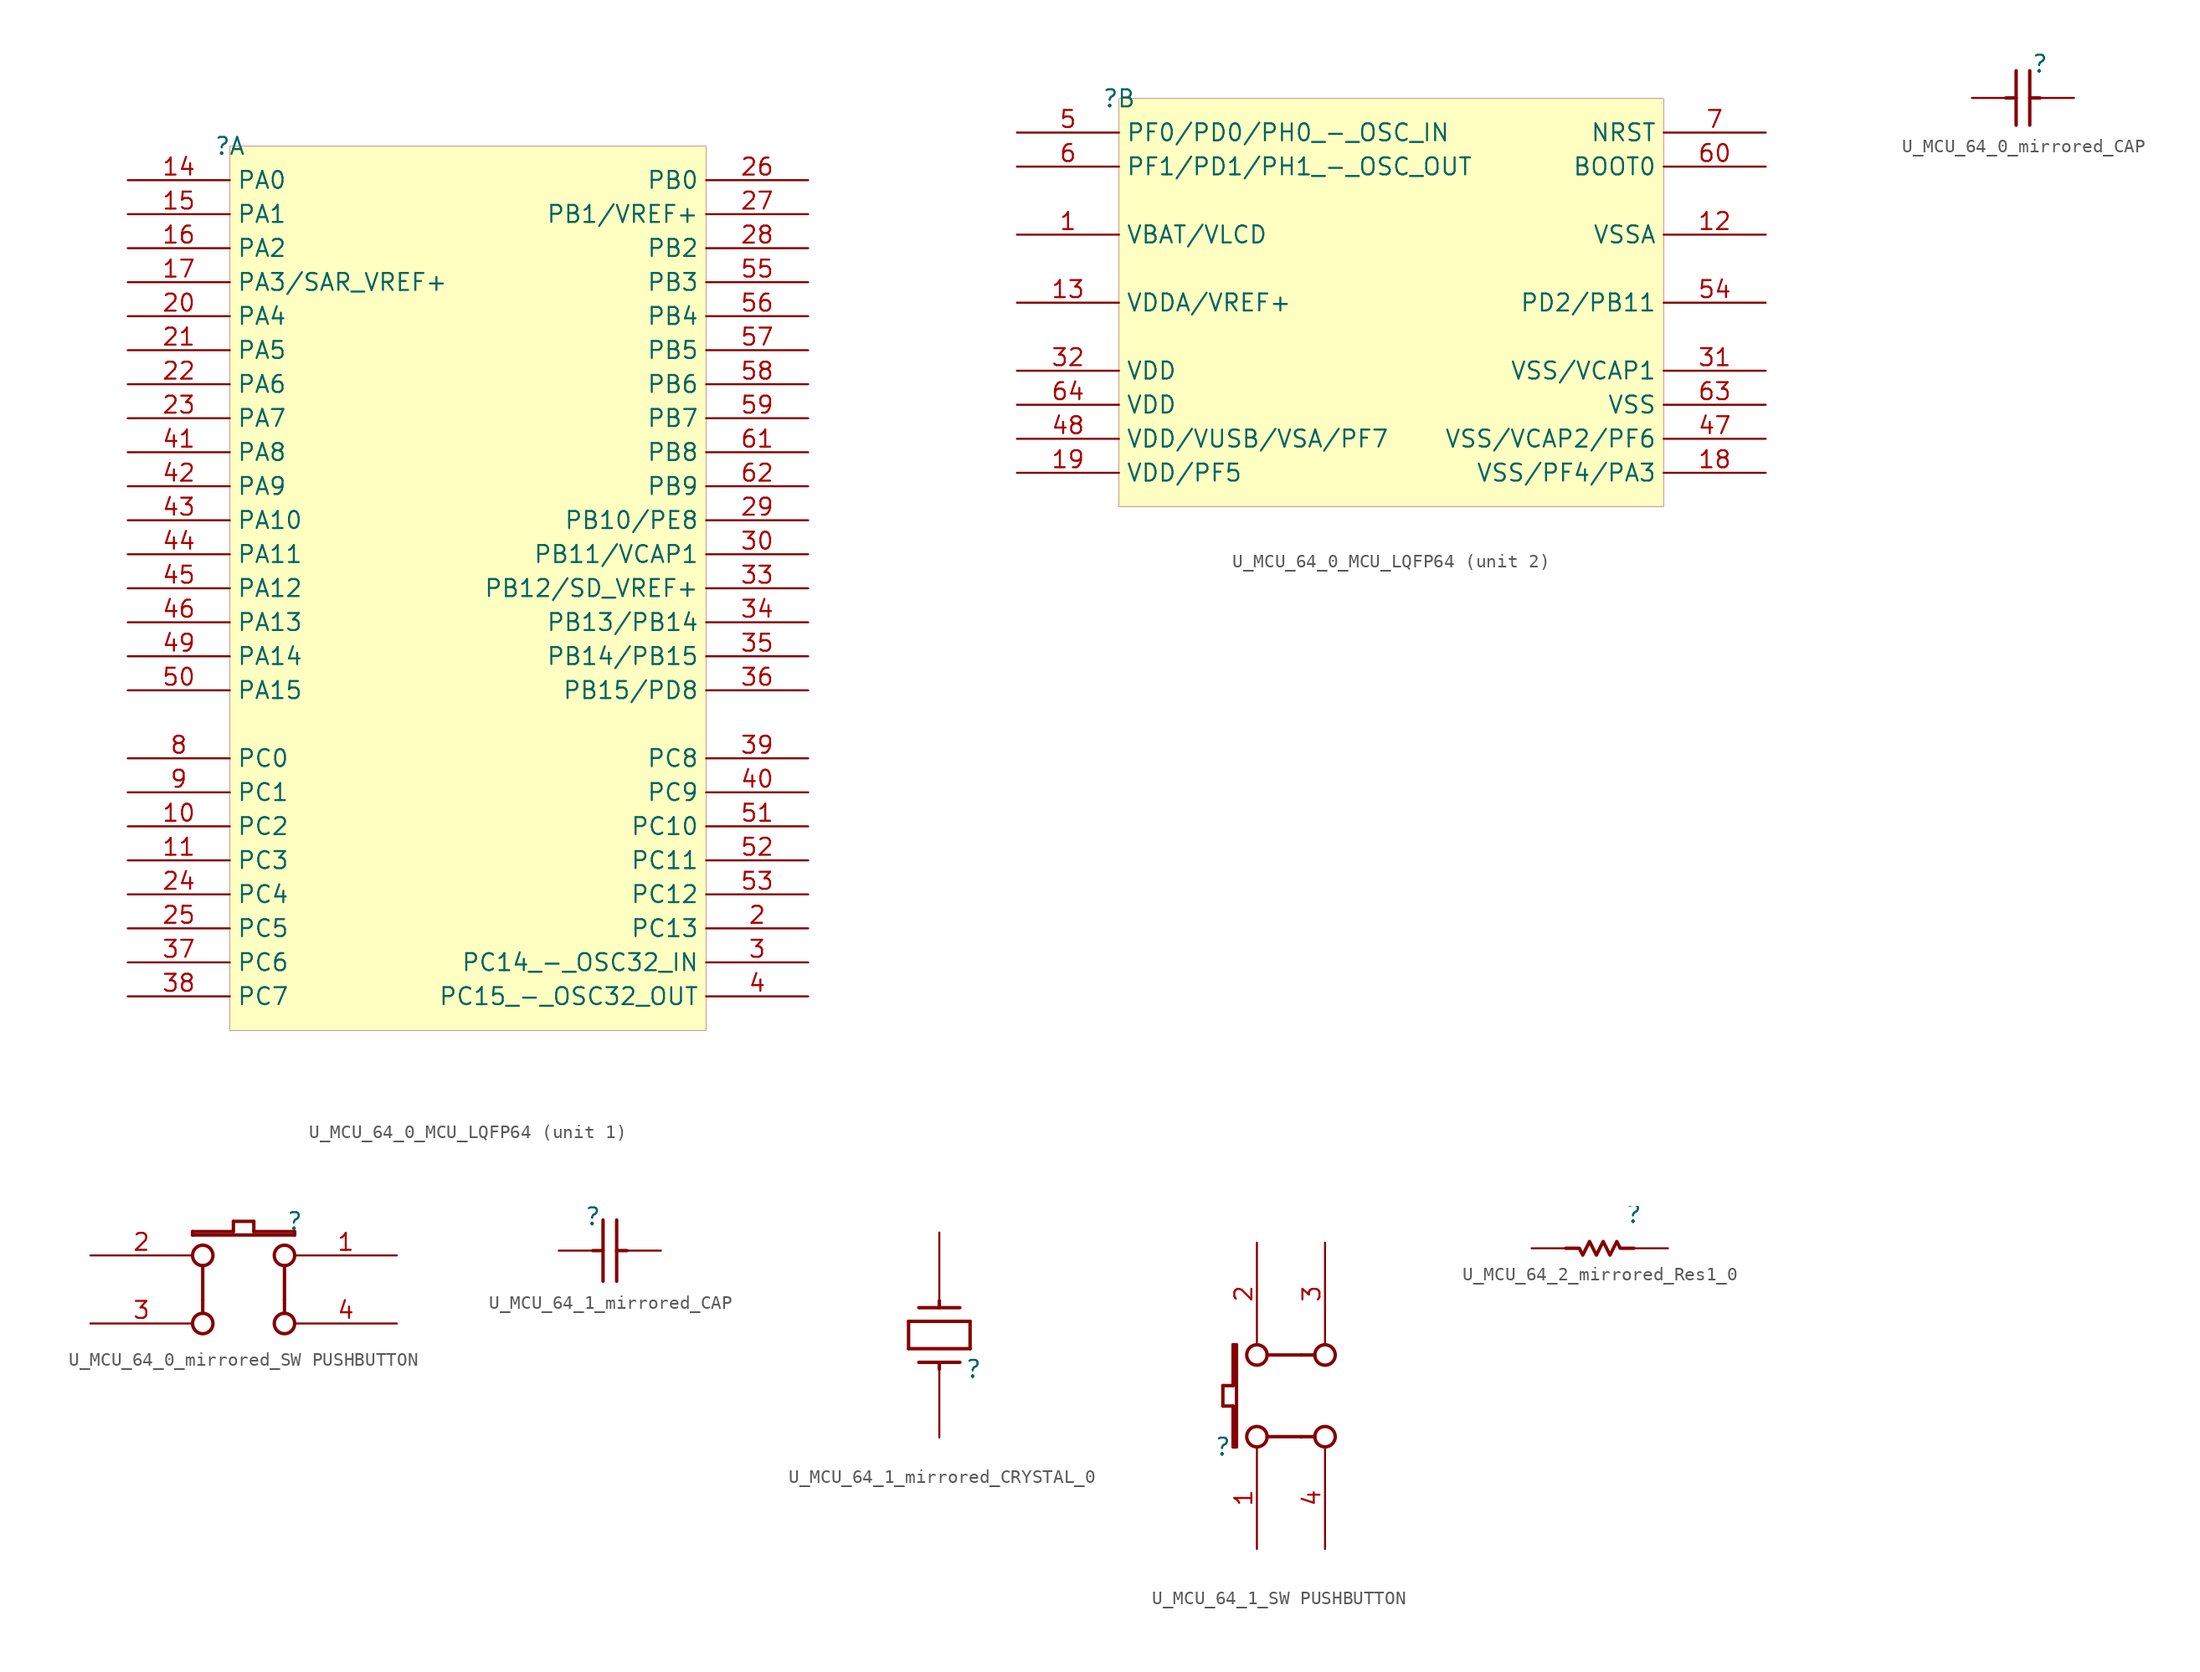
<source format=kicad_sym>
(kicad_symbol_lib
  (version 20231120)
  (generator "kicad_symbol_editor")
  (generator_version "8.0")
  (symbol "U_MCU_64_0_MCU_LQFP64"
    (property "Reference" ""
      (at 0 0 0)
      (effects (font (size 1.27 1.27))))
    (property "Value" ""
      (at 0 0 0)
      (effects (font (size 1.27 1.27))))
    (symbol "U_MCU_64_0_MCU_LQFP64_1_0"
      (rectangle (start 35.56 0) (end 0 -66.04) (stroke (width 0.025) (type solid) (color 128 0 0 1)) (fill (type background)))
      (pin passive line (at -7.62 -50.8 0) (length 7.62) (name "PC2" (effects (font (size 1.27 1.27)))) (number "10" (effects (font (size 1.27 1.27)))))
      (pin passive line (at -7.62 -53.34 0) (length 7.62) (name "PC3" (effects (font (size 1.27 1.27)))) (number "11" (effects (font (size 1.27 1.27)))))
      (pin passive line (at -7.62 -2.54 0) (length 7.62) (name "PA0" (effects (font (size 1.27 1.27)))) (number "14" (effects (font (size 1.27 1.27)))))
      (pin passive line (at -7.62 -5.08 0) (length 7.62) (name "PA1" (effects (font (size 1.27 1.27)))) (number "15" (effects (font (size 1.27 1.27)))))
      (pin passive line (at -7.62 -7.62 0) (length 7.62) (name "PA2" (effects (font (size 1.27 1.27)))) (number "16" (effects (font (size 1.27 1.27)))))
      (pin passive line (at -7.62 -10.16 0) (length 7.62) (name "PA3/SAR_VREF+" (effects (font (size 1.27 1.27)))) (number "17" (effects (font (size 1.27 1.27)))))
      (pin passive line (at 43.18 -58.42 180) (length 7.62) (name "PC13" (effects (font (size 1.27 1.27)))) (number "2" (effects (font (size 1.27 1.27)))))
      (pin passive line (at -7.62 -12.7 0) (length 7.62) (name "PA4" (effects (font (size 1.27 1.27)))) (number "20" (effects (font (size 1.27 1.27)))))
      (pin passive line (at -7.62 -15.24 0) (length 7.62) (name "PA5" (effects (font (size 1.27 1.27)))) (number "21" (effects (font (size 1.27 1.27)))))
      (pin passive line (at -7.62 -17.78 0) (length 7.62) (name "PA6" (effects (font (size 1.27 1.27)))) (number "22" (effects (font (size 1.27 1.27)))))
      (pin passive line (at -7.62 -20.32 0) (length 7.62) (name "PA7" (effects (font (size 1.27 1.27)))) (number "23" (effects (font (size 1.27 1.27)))))
      (pin passive line (at -7.62 -55.88 0) (length 7.62) (name "PC4" (effects (font (size 1.27 1.27)))) (number "24" (effects (font (size 1.27 1.27)))))
      (pin passive line (at -7.62 -58.42 0) (length 7.62) (name "PC5" (effects (font (size 1.27 1.27)))) (number "25" (effects (font (size 1.27 1.27)))))
      (pin passive line (at 43.18 -2.54 180) (length 7.62) (name "PB0" (effects (font (size 1.27 1.27)))) (number "26" (effects (font (size 1.27 1.27)))))
      (pin passive line (at 43.18 -5.08 180) (length 7.62) (name "PB1/VREF+" (effects (font (size 1.27 1.27)))) (number "27" (effects (font (size 1.27 1.27)))))
      (pin passive line (at 43.18 -7.62 180) (length 7.62) (name "PB2" (effects (font (size 1.27 1.27)))) (number "28" (effects (font (size 1.27 1.27)))))
      (pin passive line (at 43.18 -27.94 180) (length 7.62) (name "PB10/PE8" (effects (font (size 1.27 1.27)))) (number "29" (effects (font (size 1.27 1.27)))))
      (pin passive line (at 43.18 -60.96 180) (length 7.62) (name "PC14_-_OSC32_IN" (effects (font (size 1.27 1.27)))) (number "3" (effects (font (size 1.27 1.27)))))
      (pin passive line (at 43.18 -30.48 180) (length 7.62) (name "PB11/VCAP1" (effects (font (size 1.27 1.27)))) (number "30" (effects (font (size 1.27 1.27)))))
      (pin passive line (at 43.18 -33.02 180) (length 7.62) (name "PB12/SD_VREF+" (effects (font (size 1.27 1.27)))) (number "33" (effects (font (size 1.27 1.27)))))
      (pin passive line (at 43.18 -35.56 180) (length 7.62) (name "PB13/PB14" (effects (font (size 1.27 1.27)))) (number "34" (effects (font (size 1.27 1.27)))))
      (pin passive line (at 43.18 -38.1 180) (length 7.62) (name "PB14/PB15" (effects (font (size 1.27 1.27)))) (number "35" (effects (font (size 1.27 1.27)))))
      (pin passive line (at 43.18 -40.64 180) (length 7.62) (name "PB15/PD8" (effects (font (size 1.27 1.27)))) (number "36" (effects (font (size 1.27 1.27)))))
      (pin passive line (at -7.62 -60.96 0) (length 7.62) (name "PC6" (effects (font (size 1.27 1.27)))) (number "37" (effects (font (size 1.27 1.27)))))
      (pin passive line (at -7.62 -63.5 0) (length 7.62) (name "PC7" (effects (font (size 1.27 1.27)))) (number "38" (effects (font (size 1.27 1.27)))))
      (pin passive line (at 43.18 -45.72 180) (length 7.62) (name "PC8" (effects (font (size 1.27 1.27)))) (number "39" (effects (font (size 1.27 1.27)))))
      (pin passive line (at 43.18 -63.5 180) (length 7.62) (name "PC15_-_OSC32_OUT" (effects (font (size 1.27 1.27)))) (number "4" (effects (font (size 1.27 1.27)))))
      (pin passive line (at 43.18 -48.26 180) (length 7.62) (name "PC9" (effects (font (size 1.27 1.27)))) (number "40" (effects (font (size 1.27 1.27)))))
      (pin passive line (at -7.62 -22.86 0) (length 7.62) (name "PA8" (effects (font (size 1.27 1.27)))) (number "41" (effects (font (size 1.27 1.27)))))
      (pin passive line (at -7.62 -25.4 0) (length 7.62) (name "PA9" (effects (font (size 1.27 1.27)))) (number "42" (effects (font (size 1.27 1.27)))))
      (pin passive line (at -7.62 -27.94 0) (length 7.62) (name "PA10" (effects (font (size 1.27 1.27)))) (number "43" (effects (font (size 1.27 1.27)))))
      (pin passive line (at -7.62 -30.48 0) (length 7.62) (name "PA11" (effects (font (size 1.27 1.27)))) (number "44" (effects (font (size 1.27 1.27)))))
      (pin passive line (at -7.62 -33.02 0) (length 7.62) (name "PA12" (effects (font (size 1.27 1.27)))) (number "45" (effects (font (size 1.27 1.27)))))
      (pin passive line (at -7.62 -35.56 0) (length 7.62) (name "PA13" (effects (font (size 1.27 1.27)))) (number "46" (effects (font (size 1.27 1.27)))))
      (pin passive line (at -7.62 -38.1 0) (length 7.62) (name "PA14" (effects (font (size 1.27 1.27)))) (number "49" (effects (font (size 1.27 1.27)))))
      (pin passive line (at -7.62 -40.64 0) (length 7.62) (name "PA15" (effects (font (size 1.27 1.27)))) (number "50" (effects (font (size 1.27 1.27)))))
      (pin passive line (at 43.18 -50.8 180) (length 7.62) (name "PC10" (effects (font (size 1.27 1.27)))) (number "51" (effects (font (size 1.27 1.27)))))
      (pin passive line (at 43.18 -53.34 180) (length 7.62) (name "PC11" (effects (font (size 1.27 1.27)))) (number "52" (effects (font (size 1.27 1.27)))))
      (pin passive line (at 43.18 -55.88 180) (length 7.62) (name "PC12" (effects (font (size 1.27 1.27)))) (number "53" (effects (font (size 1.27 1.27)))))
      (pin passive line (at 43.18 -10.16 180) (length 7.62) (name "PB3" (effects (font (size 1.27 1.27)))) (number "55" (effects (font (size 1.27 1.27)))))
      (pin passive line (at 43.18 -12.7 180) (length 7.62) (name "PB4" (effects (font (size 1.27 1.27)))) (number "56" (effects (font (size 1.27 1.27)))))
      (pin passive line (at 43.18 -15.24 180) (length 7.62) (name "PB5" (effects (font (size 1.27 1.27)))) (number "57" (effects (font (size 1.27 1.27)))))
      (pin passive line (at 43.18 -17.78 180) (length 7.62) (name "PB6" (effects (font (size 1.27 1.27)))) (number "58" (effects (font (size 1.27 1.27)))))
      (pin passive line (at 43.18 -20.32 180) (length 7.62) (name "PB7" (effects (font (size 1.27 1.27)))) (number "59" (effects (font (size 1.27 1.27)))))
      (pin passive line (at 43.18 -22.86 180) (length 7.62) (name "PB8" (effects (font (size 1.27 1.27)))) (number "61" (effects (font (size 1.27 1.27)))))
      (pin passive line (at 43.18 -25.4 180) (length 7.62) (name "PB9" (effects (font (size 1.27 1.27)))) (number "62" (effects (font (size 1.27 1.27)))))
      (pin passive line (at -7.62 -45.72 0) (length 7.62) (name "PC0" (effects (font (size 1.27 1.27)))) (number "8" (effects (font (size 1.27 1.27)))))
      (pin passive line (at -7.62 -48.26 0) (length 7.62) (name "PC1" (effects (font (size 1.27 1.27)))) (number "9" (effects (font (size 1.27 1.27))))))
    (symbol "U_MCU_64_0_MCU_LQFP64_2_0"
      (rectangle (start 40.64 0) (end 0 -30.48) (stroke (width 0.025) (type solid) (color 128 0 0 1)) (fill (type background)))
      (pin passive line (at -7.62 -10.16 0) (length 7.62) (name "VBAT/VLCD" (effects (font (size 1.27 1.27)))) (number "1" (effects (font (size 1.27 1.27)))))
      (pin passive line (at 48.26 -10.16 180) (length 7.62) (name "VSSA" (effects (font (size 1.27 1.27)))) (number "12" (effects (font (size 1.27 1.27)))))
      (pin passive line (at -7.62 -15.24 0) (length 7.62) (name "VDDA/VREF+" (effects (font (size 1.27 1.27)))) (number "13" (effects (font (size 1.27 1.27)))))
      (pin passive line (at 48.26 -27.94 180) (length 7.62) (name "VSS/PF4/PA3" (effects (font (size 1.27 1.27)))) (number "18" (effects (font (size 1.27 1.27)))))
      (pin passive line (at -7.62 -27.94 0) (length 7.62) (name "VDD/PF5" (effects (font (size 1.27 1.27)))) (number "19" (effects (font (size 1.27 1.27)))))
      (pin passive line (at 48.26 -20.32 180) (length 7.62) (name "VSS/VCAP1" (effects (font (size 1.27 1.27)))) (number "31" (effects (font (size 1.27 1.27)))))
      (pin passive line (at -7.62 -20.32 0) (length 7.62) (name "VDD" (effects (font (size 1.27 1.27)))) (number "32" (effects (font (size 1.27 1.27)))))
      (pin passive line (at 48.26 -25.4 180) (length 7.62) (name "VSS/VCAP2/PF6" (effects (font (size 1.27 1.27)))) (number "47" (effects (font (size 1.27 1.27)))))
      (pin passive line (at -7.62 -25.4 0) (length 7.62) (name "VDD/VUSB/VSA/PF7" (effects (font (size 1.27 1.27)))) (number "48" (effects (font (size 1.27 1.27)))))
      (pin passive line (at -7.62 -2.54 0) (length 7.62) (name "PF0/PD0/PH0_-_OSC_IN" (effects (font (size 1.27 1.27)))) (number "5" (effects (font (size 1.27 1.27)))))
      (pin passive line (at 48.26 -15.24 180) (length 7.62) (name "PD2/PB11" (effects (font (size 1.27 1.27)))) (number "54" (effects (font (size 1.27 1.27)))))
      (pin passive line (at -7.62 -5.08 0) (length 7.62) (name "PF1/PD1/PH1_-_OSC_OUT" (effects (font (size 1.27 1.27)))) (number "6" (effects (font (size 1.27 1.27)))))
      (pin passive line (at 48.26 -5.08 180) (length 7.62) (name "BOOT0" (effects (font (size 1.27 1.27)))) (number "60" (effects (font (size 1.27 1.27)))))
      (pin passive line (at 48.26 -22.86 180) (length 7.62) (name "VSS" (effects (font (size 1.27 1.27)))) (number "63" (effects (font (size 1.27 1.27)))))
      (pin passive line (at -7.62 -22.86 0) (length 7.62) (name "VDD" (effects (font (size 1.27 1.27)))) (number "64" (effects (font (size 1.27 1.27)))))
      (pin passive line (at 48.26 -2.54 180) (length 7.62) (name "NRST" (effects (font (size 1.27 1.27)))) (number "7" (effects (font (size 1.27 1.27)))))))
  (symbol "U_MCU_64_0_mirrored_CAP"
    (property "Reference" ""
      (at 0 0 0)
      (effects (font (size 1.27 1.27))))
    (property "Value" ""
      (at 0 0 0)
      (effects (font (size 1.27 1.27))))
    (symbol "U_MCU_64_0_mirrored_CAP_1_0"
      (polyline (pts (xy -2.54 -2.54) (xy -1.778 -2.54)) (stroke (width 0.254) (type solid)) (fill (type none)))
      (polyline (pts (xy -1.778 -0.508) (xy -1.778 -4.572)) (stroke (width 0.254) (type solid)) (fill (type none)))
      (polyline (pts (xy -0.762 -4.572) (xy -0.762 -0.508)) (stroke (width 0.254) (type solid)) (fill (type none)))
      (polyline (pts (xy 0 -2.54) (xy -0.762 -2.54)) (stroke (width 0.254) (type solid)) (fill (type none)))
      (pin passive line (at 2.54 -2.54 180) (length 2.54) (name "1" (effects (font (size 0 0)))) (number "1" (effects (font (size 0 0)))))
      (pin passive line (at -5.08 -2.54 0) (length 2.54) (name "2" (effects (font (size 0 0)))) (number "2" (effects (font (size 0 0)))))))
  (symbol "U_MCU_64_0_mirrored_SW PUSHBUTTON"
    (property "Reference" ""
      (at 0 0 0)
      (effects (font (size 1.27 1.27))))
    (property "Value" ""
      (at 0 0 0)
      (effects (font (size 1.27 1.27))))
    (symbol "U_MCU_64_0_mirrored_SW PUSHBUTTON_1_0"
      (circle (center -6.858 -7.62) (radius 0.762) (stroke (width 0.254) (type solid)) (fill (type none)))
      (circle (center -6.858 -2.54) (radius 0.762) (stroke (width 0.254) (type solid)) (fill (type none)))
      (circle (center -0.762 -7.62) (radius 0.762) (stroke (width 0.254) (type solid)) (fill (type none)))
      (circle (center -0.762 -2.54) (radius 0.762) (stroke (width 0.254) (type solid)) (fill (type none)))
      (polyline (pts (xy -7.62 -1.016) (xy -7.62 -0.762)) (stroke (width 0.254) (type solid)) (fill (type none)))
      (polyline (pts (xy -7.62 -0.762) (xy -4.572 -0.762)) (stroke (width 0.254) (type solid)) (fill (type none)))
      (polyline (pts (xy -6.858 -5.842) (xy -6.858 -6.858)) (stroke (width 0.254) (type solid)) (fill (type none)))
      (polyline (pts (xy -6.858 -3.302) (xy -6.858 -5.842)) (stroke (width 0.254) (type solid)) (fill (type none)))
      (polyline (pts (xy -4.572 -0.762) (xy -4.572 0)) (stroke (width 0.254) (type solid)) (fill (type none)))
      (polyline (pts (xy -4.572 0) (xy -3.048 0)) (stroke (width 0.254) (type solid)) (fill (type none)))
      (polyline (pts (xy -3.048 -0.762) (xy 0 -0.762)) (stroke (width 0.254) (type solid)) (fill (type none)))
      (polyline (pts (xy -3.048 0) (xy -3.048 -0.762)) (stroke (width 0.254) (type solid)) (fill (type none)))
      (polyline (pts (xy -0.762 -5.842) (xy -0.762 -6.858)) (stroke (width 0.254) (type solid)) (fill (type none)))
      (polyline (pts (xy -0.762 -3.302) (xy -0.762 -5.842)) (stroke (width 0.254) (type solid)) (fill (type none)))
      (polyline (pts (xy 0 -1.016) (xy -7.62 -1.016)) (stroke (width 0.254) (type solid)) (fill (type none)))
      (polyline (pts (xy 0 -0.762) (xy 0 -1.016)) (stroke (width 0.254) (type solid)) (fill (type none)))
      (pin passive line (at 7.62 -2.54 180) (length 7.62) (name "A0" (effects (font (size 0 0)))) (number "1" (effects (font (size 1.27 1.27)))))
      (pin passive line (at -15.24 -2.54 0) (length 7.62) (name "B0" (effects (font (size 0 0)))) (number "2" (effects (font (size 1.27 1.27)))))
      (pin passive line (at -15.24 -7.62 0) (length 7.62) (name "B1" (effects (font (size 0 0)))) (number "3" (effects (font (size 1.27 1.27)))))
      (pin passive line (at 7.62 -7.62 180) (length 7.62) (name "A1" (effects (font (size 0 0)))) (number "4" (effects (font (size 1.27 1.27)))))))
  (symbol "U_MCU_64_1_mirrored_CAP"
    (property "Reference" ""
      (at 0 0 0)
      (effects (font (size 1.27 1.27))))
    (property "Value" ""
      (at 0 0 0)
      (effects (font (size 1.27 1.27))))
    (symbol "U_MCU_64_1_mirrored_CAP_1_0"
      (polyline (pts (xy 0 -2.54) (xy 0.762 -2.54)) (stroke (width 0.254) (type solid)) (fill (type none)))
      (polyline (pts (xy 0.762 -0.254) (xy 0.762 -4.826)) (stroke (width 0.254) (type solid)) (fill (type none)))
      (polyline (pts (xy 1.778 -2.54) (xy 2.54 -2.54)) (stroke (width 0.254) (type solid)) (fill (type none)))
      (polyline (pts (xy 1.778 -0.254) (xy 1.778 -4.826)) (stroke (width 0.254) (type solid)) (fill (type none)))
      (pin passive line (at -2.54 -2.54 0) (length 2.54) (name "1" (effects (font (size 0 0)))) (number "1" (effects (font (size 0 0)))))
      (pin passive line (at 5.08 -2.54 180) (length 2.54) (name "2" (effects (font (size 0 0)))) (number "2" (effects (font (size 0 0)))))))
  (symbol "U_MCU_64_1_mirrored_CRYSTAL_0"
    (property "Reference" ""
      (at 0 0 0)
      (effects (font (size 1.27 1.27))))
    (property "Value" ""
      (at 0 0 0)
      (effects (font (size 1.27 1.27))))
    (symbol "U_MCU_64_1_mirrored_CRYSTAL_0_1_0"
      (polyline (pts (xy -4.826 1.524) (xy -4.826 3.556)) (stroke (width 0.254) (type solid)) (fill (type none)))
      (polyline (pts (xy -2.54 0) (xy -2.54 0.508)) (stroke (width 0.254) (type solid)) (fill (type none)))
      (polyline (pts (xy -2.54 4.572) (xy -2.54 5.08)) (stroke (width 0.254) (type solid)) (fill (type none)))
      (polyline (pts (xy -1.016 0.508) (xy -4.064 0.508)) (stroke (width 0.254) (type solid)) (fill (type none)))
      (polyline (pts (xy -1.016 4.572) (xy -4.064 4.572)) (stroke (width 0.254) (type solid)) (fill (type none)))
      (polyline (pts (xy -0.254 1.524) (xy -4.826 1.524)) (stroke (width 0.254) (type solid)) (fill (type none)))
      (polyline (pts (xy -0.254 1.524) (xy -0.254 3.556)) (stroke (width 0.254) (type solid)) (fill (type none)))
      (polyline (pts (xy -0.254 3.556) (xy -4.826 3.556)) (stroke (width 0.254) (type solid)) (fill (type none)))
      (pin passive line (at -2.54 -5.08 90) (length 5.08) (name "1" (effects (font (size 0 0)))) (number "1" (effects (font (size 0 0)))))
      (pin passive line (at -2.54 10.16 270) (length 5.08) (name "2" (effects (font (size 0 0)))) (number "2" (effects (font (size 0 0)))))))
  (symbol "U_MCU_64_1_SW PUSHBUTTON"
    (property "Reference" ""
      (at 0 0 0)
      (effects (font (size 1.27 1.27))))
    (property "Value" ""
      (at 0 0 0)
      (effects (font (size 1.27 1.27))))
    (symbol "U_MCU_64_1_SW PUSHBUTTON_1_0"
      (polyline (pts (xy 0 3.048) (xy 0.762 3.048)) (stroke (width 0.254) (type solid)) (fill (type none)))
      (polyline (pts (xy 0 4.572) (xy 0 3.048)) (stroke (width 0.254) (type solid)) (fill (type none)))
      (polyline (pts (xy 0.762 0) (xy 1.016 0)) (stroke (width 0.254) (type solid)) (fill (type none)))
      (polyline (pts (xy 0.762 3.048) (xy 0.762 0)) (stroke (width 0.254) (type solid)) (fill (type none)))
      (polyline (pts (xy 0.762 4.572) (xy 0 4.572)) (stroke (width 0.254) (type solid)) (fill (type none)))
      (polyline (pts (xy 0.762 7.62) (xy 0.762 4.572)) (stroke (width 0.254) (type solid)) (fill (type none)))
      (polyline (pts (xy 1.016 0) (xy 1.016 7.62)) (stroke (width 0.254) (type solid)) (fill (type none)))
      (polyline (pts (xy 1.016 7.62) (xy 0.762 7.62)) (stroke (width 0.254) (type solid)) (fill (type none)))
      (polyline (pts (xy 3.302 0.762) (xy 5.842 0.762)) (stroke (width 0.254) (type solid)) (fill (type none)))
      (polyline (pts (xy 3.302 6.858) (xy 5.842 6.858)) (stroke (width 0.254) (type solid)) (fill (type none)))
      (polyline (pts (xy 5.842 0.762) (xy 6.858 0.762)) (stroke (width 0.254) (type solid)) (fill (type none)))
      (polyline (pts (xy 5.842 6.858) (xy 6.858 6.858)) (stroke (width 0.254) (type solid)) (fill (type none)))
      (circle (center 2.54 0.762) (radius 0.762) (stroke (width 0.254) (type solid)) (fill (type none)))
      (circle (center 2.54 6.858) (radius 0.762) (stroke (width 0.254) (type solid)) (fill (type none)))
      (circle (center 7.62 0.762) (radius 0.762) (stroke (width 0.254) (type solid)) (fill (type none)))
      (circle (center 7.62 6.858) (radius 0.762) (stroke (width 0.254) (type solid)) (fill (type none)))
      (pin passive line (at 2.54 -7.62 90) (length 7.62) (name "A0" (effects (font (size 0 0)))) (number "1" (effects (font (size 1.27 1.27)))))
      (pin passive line (at 2.54 15.24 270) (length 7.62) (name "B0" (effects (font (size 0 0)))) (number "2" (effects (font (size 1.27 1.27)))))
      (pin passive line (at 7.62 15.24 270) (length 7.62) (name "B1" (effects (font (size 0 0)))) (number "3" (effects (font (size 1.27 1.27)))))
      (pin passive line (at 7.62 -7.62 90) (length 7.62) (name "A1" (effects (font (size 0 0)))) (number "4" (effects (font (size 1.27 1.27)))))))
  (symbol "U_MCU_64_2_mirrored_Res1_0"
    (property "Reference" ""
      (at 0 0 0)
      (effects (font (size 1.27 1.27))))
    (property "Value" ""
      (at 0 0 0)
      (effects (font (size 1.27 1.27))))
    (symbol "U_MCU_64_2_mirrored_Res1_0_1_0"
      (polyline (pts (xy -5.08 -2.54) (xy -4.064 -2.54) (xy -3.81 -3.048) (xy -3.302 -2.032) (xy -2.794 -3.048) (xy -2.286 -2.032) (xy -1.778 -3.048) (xy -1.27 -2.032) (xy -1.016 -2.54) (xy 0 -2.54)) (stroke (width 0.254) (type solid)) (fill (type none)))
      (pin passive line (at 2.54 -2.54 180) (length 2.54) (name "1" (effects (font (size 0 0)))) (number "1" (effects (font (size 0 0)))))
      (pin passive line (at -7.62 -2.54 0) (length 2.54) (name "2" (effects (font (size 0 0)))) (number "2" (effects (font (size 0 0))))))))
</source>
